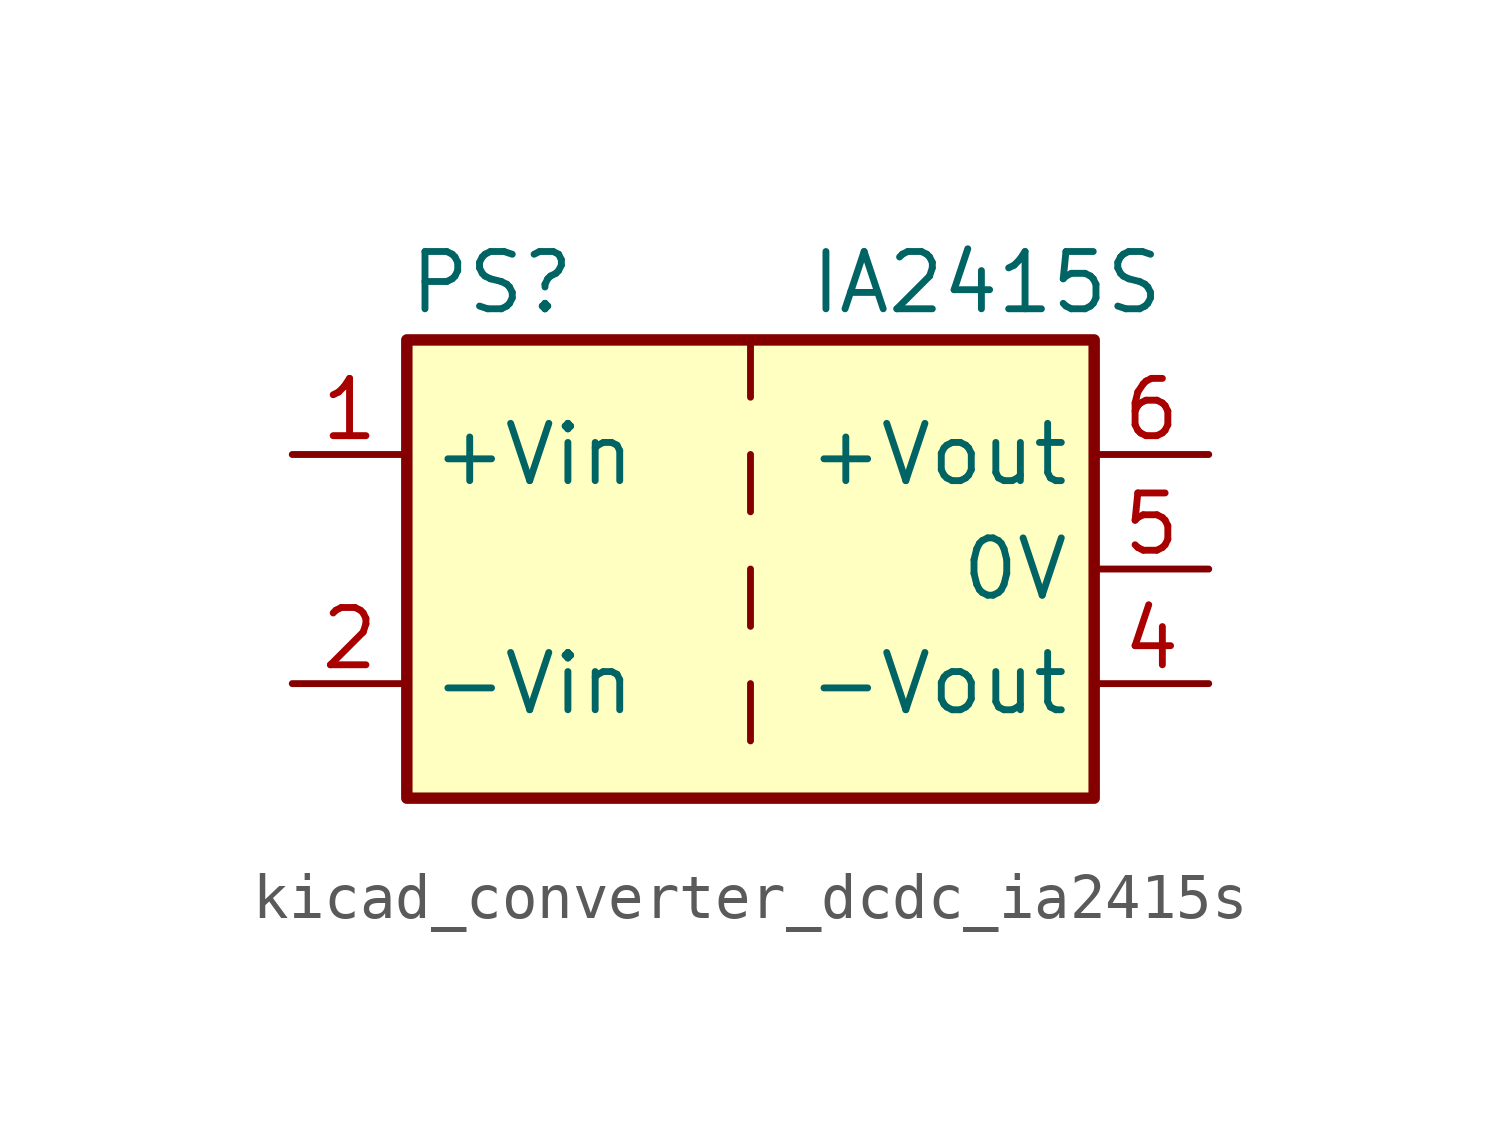
<source format=kicad_sym>
(kicad_symbol_lib
  (version 20220914)
  (generator kicad_symbol_editor)
  (symbol "kicad_converter_dcdc_ia2415s"
    (property "Reference" "PS"
      (at -7.62 6.35 0)
      (effects (font (size 1.27 1.27)) (justify left)))
    (property "Value" "IA2415S"
      (at 1.27 6.35 0)
      (effects (font (size 1.27 1.27)) (justify left)))
    (symbol "kicad_converter_dcdc_ia2415s_0_0"
      (pin power_in line (at -10.16 2.54 0) (length 2.54) (name "+Vin" (effects (font (size 1.27 1.27)))) (number "1" (effects (font (size 1.27 1.27)))))
      (pin power_in line (at -10.16 -2.54 0) (length 2.54) (name "-Vin" (effects (font (size 1.27 1.27)))) (number "2" (effects (font (size 1.27 1.27)))))
      (pin power_out line (at 10.16 -2.54 180) (length 2.54) (name "-Vout" (effects (font (size 1.27 1.27)))) (number "4" (effects (font (size 1.27 1.27)))))
      (pin power_out line (at 10.16 0 180) (length 2.54) (name "0V" (effects (font (size 1.27 1.27)))) (number "5" (effects (font (size 1.27 1.27)))))
      (pin power_out line (at 10.16 2.54 180) (length 2.54) (name "+Vout" (effects (font (size 1.27 1.27)))) (number "6" (effects (font (size 1.27 1.27))))))
    (symbol "kicad_converter_dcdc_ia2415s_0_1"
      (rectangle (start -7.62 5.08) (end 7.62 -5.08) (stroke (width 0.254) (type default)) (fill (type background)))
      (polyline (pts (xy 0 -2.54) (xy 0 -3.81)) (stroke (width 0) (type default)) (fill (type none)))
      (polyline (pts (xy 0 0) (xy 0 -1.27)) (stroke (width 0) (type default)) (fill (type none)))
      (polyline (pts (xy 0 2.54) (xy 0 1.27)) (stroke (width 0) (type default)) (fill (type none)))
      (polyline (pts (xy 0 5.08) (xy 0 3.81)) (stroke (width 0) (type default)) (fill (type none))))))
</source>
